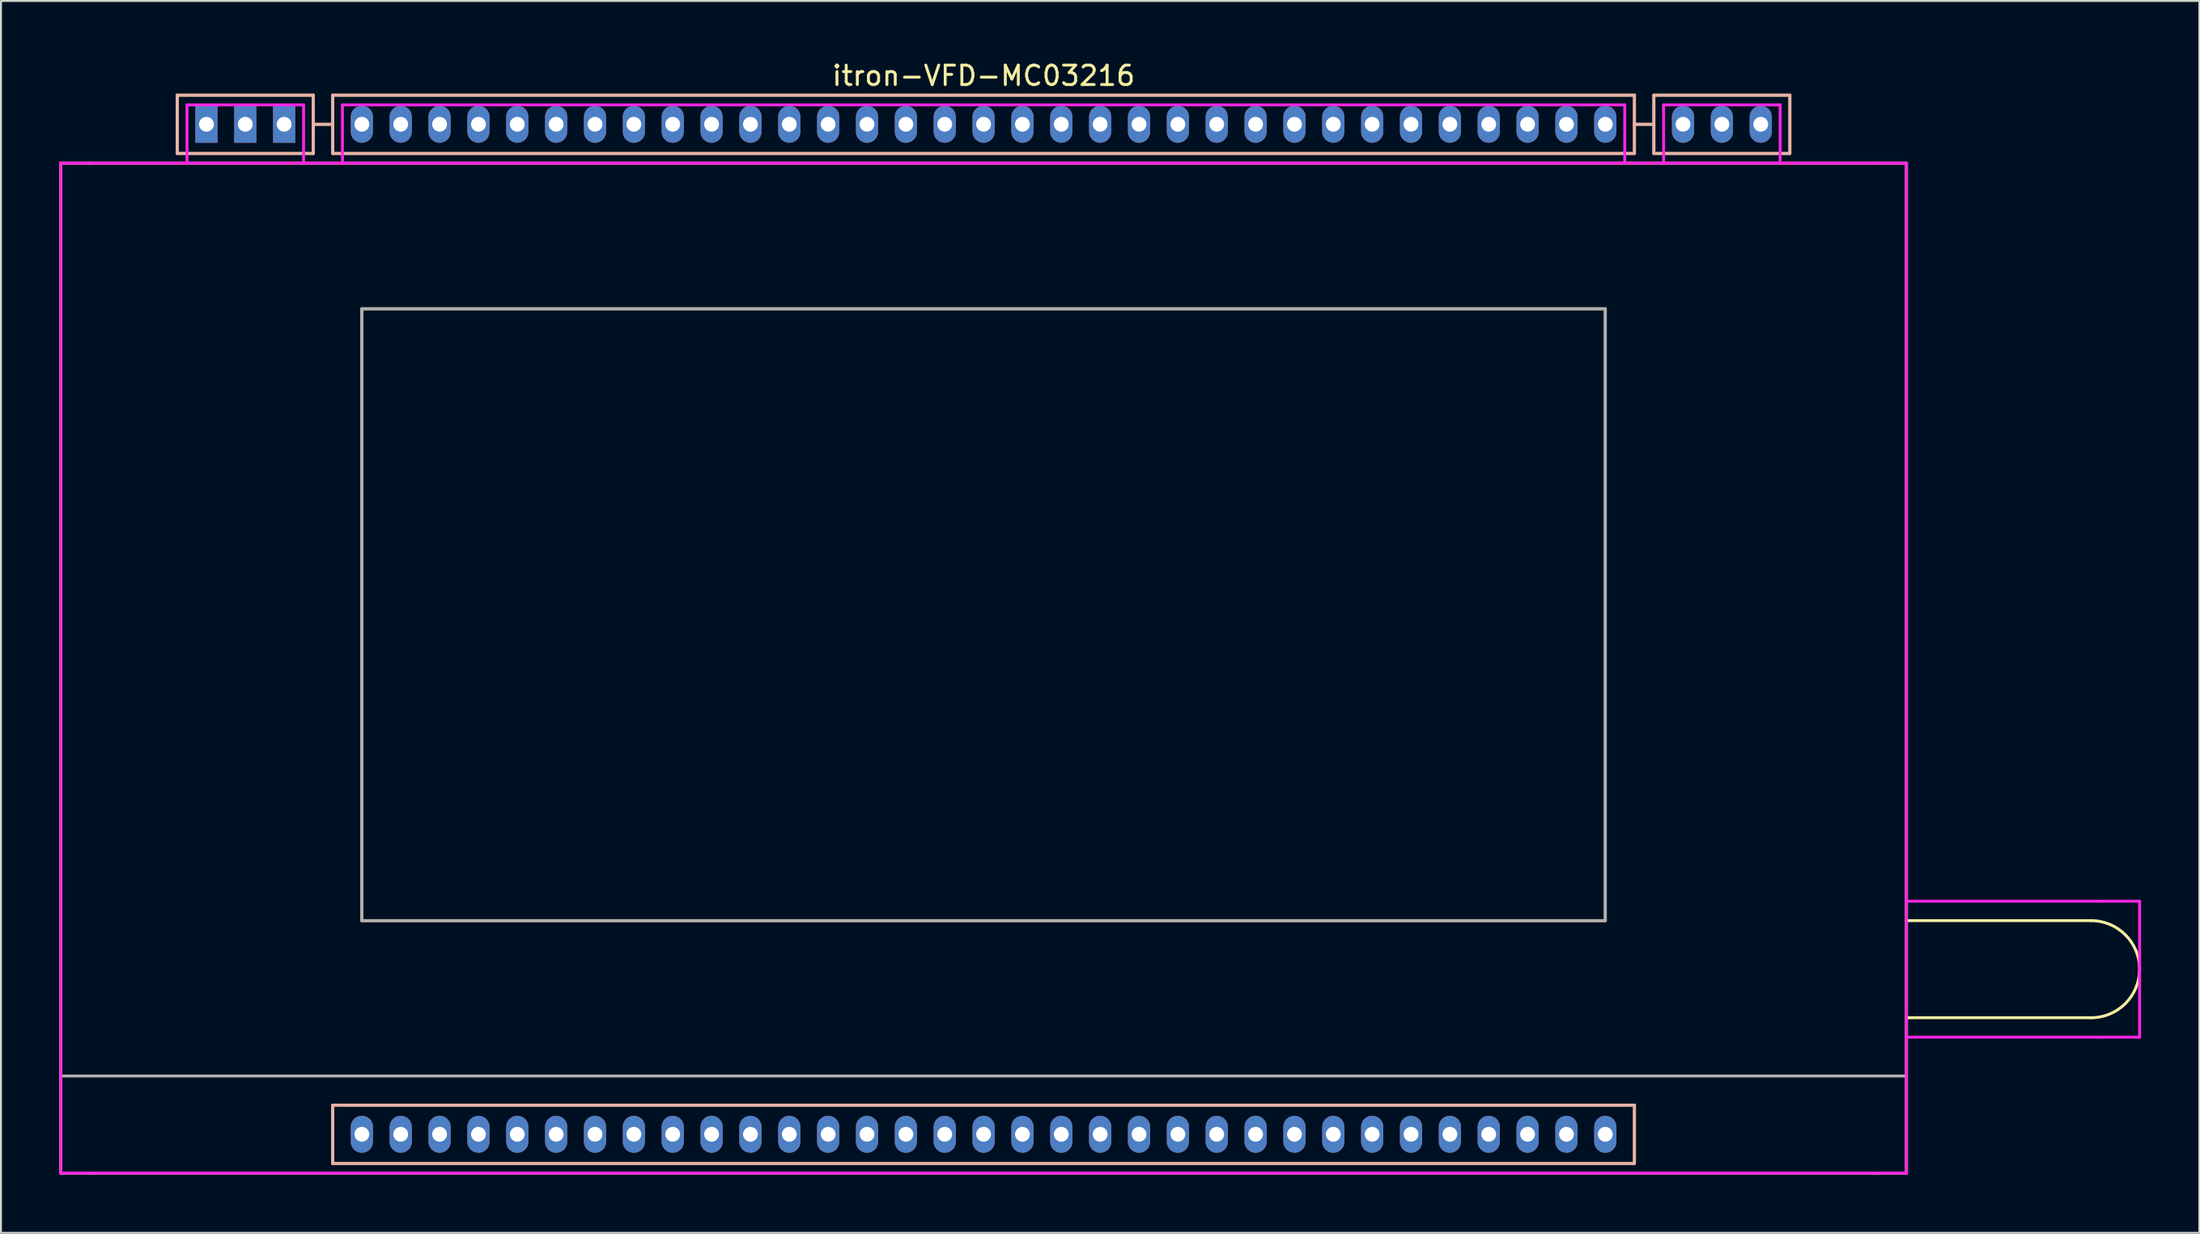
<source format=kicad_pcb>
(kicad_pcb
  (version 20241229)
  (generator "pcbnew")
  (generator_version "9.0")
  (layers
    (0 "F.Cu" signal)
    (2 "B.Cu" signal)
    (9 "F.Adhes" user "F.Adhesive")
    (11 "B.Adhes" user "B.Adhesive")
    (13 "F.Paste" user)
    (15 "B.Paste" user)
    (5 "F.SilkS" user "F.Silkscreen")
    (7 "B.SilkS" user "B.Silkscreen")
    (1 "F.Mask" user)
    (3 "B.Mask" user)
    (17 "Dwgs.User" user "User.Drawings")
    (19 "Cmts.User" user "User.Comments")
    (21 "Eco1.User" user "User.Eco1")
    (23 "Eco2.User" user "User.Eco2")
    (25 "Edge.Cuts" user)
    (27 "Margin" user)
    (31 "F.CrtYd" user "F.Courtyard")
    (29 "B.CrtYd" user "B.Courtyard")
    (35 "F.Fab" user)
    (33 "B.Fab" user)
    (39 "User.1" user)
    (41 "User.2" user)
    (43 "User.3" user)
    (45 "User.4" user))
  (footprint "itron-VFD-MC03216"
    (layer "F.Cu")
    (at 47.575 3.348)
    (property "Reference" "itron-VFD-MC03216" (at 0 -2.5 0) (layer "F.SilkS") (effects (font (size 1 1) (thickness 0.15))))
    (attr through_hole)
    (fp_line (start -47.5 2) (end -46 2) (stroke (width 0.15) (type solid)) (layer "F.SilkS"))
    (fp_line (start -47.5 3.5) (end -47.5 2) (stroke (width 0.15) (type solid)) (layer "F.SilkS"))
    (fp_line (start -47.5 3.5) (end -47.5 52.5) (stroke (width 0.15) (type solid)) (layer "F.SilkS"))
    (fp_line (start -47.5 52.5) (end -47.5 54) (stroke (width 0.15) (type solid)) (layer "F.SilkS"))
    (fp_line (start -47.5 54) (end -46 54) (stroke (width 0.15) (type solid)) (layer "F.SilkS"))
    (fp_line (start -46 54) (end 46 54) (stroke (width 0.15) (type solid)) (layer "F.SilkS"))
    (fp_line (start -41.5 -1.5) (end -41.5 1.5) (stroke (width 0.15) (type solid)) (layer "F.SilkS"))
    (fp_line (start -41.5 1.5) (end -34.5 1.5) (stroke (width 0.15) (type solid)) (layer "F.SilkS"))
    (fp_line (start -34.5 -1.5) (end -41.5 -1.5) (stroke (width 0.15) (type solid)) (layer "F.SilkS"))
    (fp_line (start -34.5 -1.5) (end -34.5 1.5) (stroke (width 0.15) (type solid)) (layer "F.SilkS"))
    (fp_line (start -33.5 -1.5) (end -33.5 1.5) (stroke (width 0.15) (type solid)) (layer "F.SilkS"))
    (fp_line (start -33.5 0) (end -34.5 0) (stroke (width 0.15) (type solid)) (layer "F.SilkS"))
    (fp_line (start -33.5 1.5) (end 33.5 1.5) (stroke (width 0.15) (type solid)) (layer "F.SilkS"))
    (fp_line (start -33.5 50.5) (end -33.5 53.5) (stroke (width 0.15) (type solid)) (layer "F.SilkS"))
    (fp_line (start -33.5 53.5) (end 33.5 53.5) (stroke (width 0.15) (type solid)) (layer "F.SilkS"))
    (fp_line (start -32 9.5) (end 32 9.5) (stroke (width 0.15) (type solid)) (layer "F.SilkS"))
    (fp_line (start -32 41) (end -32 9.5) (stroke (width 0.15) (type solid)) (layer "F.SilkS"))
    (fp_line (start 32 9.5) (end 32 41) (stroke (width 0.15) (type solid)) (layer "F.SilkS"))
    (fp_line (start 32 41) (end -32 41) (stroke (width 0.15) (type solid)) (layer "F.SilkS"))
    (fp_line (start 33.5 -1.5) (end -33.5 -1.5) (stroke (width 0.15) (type solid)) (layer "F.SilkS"))
    (fp_line (start 33.5 -1.5) (end 33.5 1.5) (stroke (width 0.15) (type solid)) (layer "F.SilkS"))
    (fp_line (start 33.5 50.5) (end -33.5 50.5) (stroke (width 0.15) (type solid)) (layer "F.SilkS"))
    (fp_line (start 33.5 53.5) (end 33.5 50.5) (stroke (width 0.15) (type solid)) (layer "F.SilkS"))
    (fp_line (start 34.5 0) (end 33.5 0) (stroke (width 0.15) (type solid)) (layer "F.SilkS"))
    (fp_line (start 34.5 1.5) (end 34.5 -1.5) (stroke (width 0.15) (type solid)) (layer "F.SilkS"))
    (fp_line (start 41.5 -1.5) (end 34.5 -1.5) (stroke (width 0.15) (type solid)) (layer "F.SilkS"))
    (fp_line (start 41.5 1.5) (end 34.5 1.5) (stroke (width 0.15) (type solid)) (layer "F.SilkS"))
    (fp_line (start 41.5 1.5) (end 41.5 -1.5) (stroke (width 0.15) (type solid)) (layer "F.SilkS"))
    (fp_line (start 46 2) (end -46 2) (stroke (width 0.15) (type solid)) (layer "F.SilkS"))
    (fp_line (start 46 54) (end 47.5 54) (stroke (width 0.15) (type solid)) (layer "F.SilkS"))
    (fp_line (start 47.5 2) (end 46 2) (stroke (width 0.15) (type solid)) (layer "F.SilkS"))
    (fp_line (start 47.5 3.5) (end 47.5 2) (stroke (width 0.15) (type solid)) (layer "F.SilkS"))
    (fp_line (start 47.5 38.5) (end 47.5 3.5) (stroke (width 0.15) (type solid)) (layer "F.SilkS"))
    (fp_line (start 47.5 39) (end 47.5 38.5) (stroke (width 0.15) (type solid)) (layer "F.SilkS"))
    (fp_line (start 47.5 48.5) (end 47.5 39) (stroke (width 0.15) (type solid)) (layer "F.SilkS"))
    (fp_line (start 47.5 52.5) (end 47.5 48.5) (stroke (width 0.15) (type solid)) (layer "F.SilkS"))
    (fp_line (start 47.5 54) (end 47.5 52.5) (stroke (width 0.15) (type solid)) (layer "F.SilkS"))
    (fp_line (start 57 41) (end 47.5 41) (stroke (width 0.15) (type solid)) (layer "F.SilkS"))
    (fp_line (start 57 46) (end 47.5 46) (stroke (width 0.15) (type solid)) (layer "F.SilkS"))
    (fp_arc (start 57 41) (mid 59.5 43.5) (end 57 46) (stroke (width 0.15) (type solid)) (layer "F.SilkS"))
    (fp_line (start -41.5 -1.5) (end -34.5 -1.5) (stroke (width 0.15) (type solid)) (layer "B.SilkS"))
    (fp_line (start -41.5 1.5) (end -41.5 -1.5) (stroke (width 0.15) (type solid)) (layer "B.SilkS"))
    (fp_line (start -34.5 -1.5) (end -34.5 1.5) (stroke (width 0.15) (type solid)) (layer "B.SilkS"))
    (fp_line (start -34.5 0) (end -33.5 0) (stroke (width 0.15) (type solid)) (layer "B.SilkS"))
    (fp_line (start -34.5 1.5) (end -41.5 1.5) (stroke (width 0.15) (type solid)) (layer "B.SilkS"))
    (fp_line (start -33.5 -1.5) (end 33.5 -1.5) (stroke (width 0.15) (type solid)) (layer "B.SilkS"))
    (fp_line (start -33.5 1.5) (end -33.5 -1.5) (stroke (width 0.15) (type solid)) (layer "B.SilkS"))
    (fp_line (start -33.5 50.5) (end 33.5 50.5) (stroke (width 0.15) (type solid)) (layer "B.SilkS"))
    (fp_line (start -33.5 53.5) (end -33.5 50.5) (stroke (width 0.15) (type solid)) (layer "B.SilkS"))
    (fp_line (start 33.5 -1.5) (end 33.5 1.5) (stroke (width 0.15) (type solid)) (layer "B.SilkS"))
    (fp_line (start 33.5 0) (end 34.5 0) (stroke (width 0.15) (type solid)) (layer "B.SilkS"))
    (fp_line (start 33.5 1.5) (end -33.5 1.5) (stroke (width 0.15) (type solid)) (layer "B.SilkS"))
    (fp_line (start 33.5 50.5) (end 33.5 53.5) (stroke (width 0.15) (type solid)) (layer "B.SilkS"))
    (fp_line (start 33.5 53.5) (end -33.5 53.5) (stroke (width 0.15) (type solid)) (layer "B.SilkS"))
    (fp_line (start 34.5 -1.5) (end 41.5 -1.5) (stroke (width 0.15) (type solid)) (layer "B.SilkS"))
    (fp_line (start 34.5 1.5) (end 34.5 -1.5) (stroke (width 0.15) (type solid)) (layer "B.SilkS"))
    (fp_line (start 41.5 -1.5) (end 41.5 1.5) (stroke (width 0.15) (type solid)) (layer "B.SilkS"))
    (fp_line (start 41.5 1.5) (end 34.5 1.5) (stroke (width 0.15) (type solid)) (layer "B.SilkS"))
    (fp_line (start -47.5 2) (end 47.5 2) (stroke (width 0.15) (type solid)) (layer "F.CrtYd"))
    (fp_line (start -47.5 54) (end -47.5 2) (stroke (width 0.15) (type solid)) (layer "F.CrtYd"))
    (fp_line (start -41 -1) (end -41 2) (stroke (width 0.15) (type solid)) (layer "F.CrtYd"))
    (fp_line (start -41 -1) (end -35 -1) (stroke (width 0.15) (type solid)) (layer "F.CrtYd"))
    (fp_line (start -35 -1) (end -35 2) (stroke (width 0.15) (type solid)) (layer "F.CrtYd"))
    (fp_line (start -33 -1) (end -33 2) (stroke (width 0.15) (type solid)) (layer "F.CrtYd"))
    (fp_line (start 33 -1) (end -33 -1) (stroke (width 0.15) (type solid)) (layer "F.CrtYd"))
    (fp_line (start 33 -1) (end 33 2) (stroke (width 0.15) (type solid)) (layer "F.CrtYd"))
    (fp_line (start 35 -1) (end 35 2) (stroke (width 0.15) (type solid)) (layer "F.CrtYd"))
    (fp_line (start 35 -1) (end 41 -1) (stroke (width 0.15) (type solid)) (layer "F.CrtYd"))
    (fp_line (start 41 2) (end 41 -1) (stroke (width 0.15) (type solid)) (layer "F.CrtYd"))
    (fp_line (start 47.5 2) (end 47.5 54) (stroke (width 0.15) (type solid)) (layer "F.CrtYd"))
    (fp_line (start 47.5 47) (end 57.5 47) (stroke (width 0.15) (type solid)) (layer "F.CrtYd"))
    (fp_line (start 47.5 54) (end -47.5 54) (stroke (width 0.15) (type solid)) (layer "F.CrtYd"))
    (fp_line (start 57.5 40) (end 47.5 40) (stroke (width 0.15) (type solid)) (layer "F.CrtYd"))
    (fp_line (start 57.5 47) (end 59.5 47) (stroke (width 0.15) (type solid)) (layer "F.CrtYd"))
    (fp_line (start 59.5 40) (end 57.5 40) (stroke (width 0.15) (type solid)) (layer "F.CrtYd"))
    (fp_line (start 59.5 40) (end 59.5 47) (stroke (width 0.15) (type solid)) (layer "F.CrtYd"))
    (fp_line (start -47.5 49) (end 47.5 49) (stroke (width 0.15) (type solid)) (layer "F.Fab"))
    (fp_line (start -32 9.5) (end 32 9.5) (stroke (width 0.15) (type solid)) (layer "F.Fab"))
    (fp_line (start -32 41) (end -32 9.5) (stroke (width 0.15) (type solid)) (layer "F.Fab"))
    (fp_line (start 32 9.5) (end 32 41) (stroke (width 0.15) (type solid)) (layer "F.Fab"))
    (fp_line (start 32 41) (end -32 41) (stroke (width 0.15) (type solid)) (layer "F.Fab"))
    (pad "1" thru_hole rect (at -40 0) (size 1.143 1.905) (drill 0.762) (layers "*.Cu" "*.Mask"))
    (pad "2" thru_hole rect (at -38 0) (size 1.143 1.905) (drill 0.762) (layers "*.Cu" "*.Mask"))
    (pad "3" thru_hole rect (at -36 0) (size 1.143 1.905) (drill 0.762) (layers "*.Cu" "*.Mask"))
    (pad "5" thru_hole oval (at -32 0) (size 1.143 1.905) (drill 0.762) (layers "*.Cu" "*.Mask"))
    (pad "6" thru_hole oval (at -30 0) (size 1.143 1.905) (drill 0.762) (layers "*.Cu" "*.Mask"))
    (pad "7" thru_hole oval (at -28 0) (size 1.143 1.905) (drill 0.762) (layers "*.Cu" "*.Mask"))
    (pad "8" thru_hole oval (at -26 0) (size 1.143 1.905) (drill 0.762) (layers "*.Cu" "*.Mask"))
    (pad "9" thru_hole oval (at -24 0) (size 1.143 1.905) (drill 0.762) (layers "*.Cu" "*.Mask"))
    (pad "10" thru_hole oval (at -22 0) (size 1.143 1.905) (drill 0.762) (layers "*.Cu" "*.Mask"))
    (pad "11" thru_hole oval (at -20 0) (size 1.143 1.905) (drill 0.762) (layers "*.Cu" "*.Mask"))
    (pad "12" thru_hole oval (at -18 0) (size 1.143 1.905) (drill 0.762) (layers "*.Cu" "*.Mask"))
    (pad "13" thru_hole oval (at -16 0) (size 1.143 1.905) (drill 0.762) (layers "*.Cu" "*.Mask"))
    (pad "14" thru_hole oval (at -14 0) (size 1.143 1.905) (drill 0.762) (layers "*.Cu" "*.Mask"))
    (pad "15" thru_hole oval (at -12 0) (size 1.143 1.905) (drill 0.762) (layers "*.Cu" "*.Mask"))
    (pad "16" thru_hole oval (at -10 0) (size 1.143 1.905) (drill 0.762) (layers "*.Cu" "*.Mask"))
    (pad "17" thru_hole oval (at -8 0) (size 1.143 1.905) (drill 0.762) (layers "*.Cu" "*.Mask"))
    (pad "18" thru_hole oval (at -6 0) (size 1.143 1.905) (drill 0.762) (layers "*.Cu" "*.Mask"))
    (pad "19" thru_hole oval (at -4 0) (size 1.143 1.905) (drill 0.762) (layers "*.Cu" "*.Mask"))
    (pad "20" thru_hole oval (at -2 0) (size 1.143 1.905) (drill 0.762) (layers "*.Cu" "*.Mask"))
    (pad "21" thru_hole oval (at 0 0) (size 1.143 1.905) (drill 0.762) (layers "*.Cu" "*.Mask"))
    (pad "22" thru_hole oval (at 2 0) (size 1.143 1.905) (drill 0.762) (layers "*.Cu" "*.Mask"))
    (pad "23" thru_hole oval (at 4 0) (size 1.143 1.905) (drill 0.762) (layers "*.Cu" "*.Mask"))
    (pad "24" thru_hole oval (at 6 0) (size 1.143 1.905) (drill 0.762) (layers "*.Cu" "*.Mask"))
    (pad "25" thru_hole oval (at 8 0) (size 1.143 1.905) (drill 0.762) (layers "*.Cu" "*.Mask"))
    (pad "26" thru_hole oval (at 10 0) (size 1.143 1.905) (drill 0.762) (layers "*.Cu" "*.Mask"))
    (pad "27" thru_hole oval (at 12 0) (size 1.143 1.905) (drill 0.762) (layers "*.Cu" "*.Mask"))
    (pad "28" thru_hole oval (at 14 0) (size 1.143 1.905) (drill 0.762) (layers "*.Cu" "*.Mask"))
    (pad "29" thru_hole oval (at 16 0) (size 1.143 1.905) (drill 0.762) (layers "*.Cu" "*.Mask"))
    (pad "30" thru_hole oval (at 18 0) (size 1.143 1.905) (drill 0.762) (layers "*.Cu" "*.Mask"))
    (pad "31" thru_hole oval (at 20 0) (size 1.143 1.905) (drill 0.762) (layers "*.Cu" "*.Mask"))
    (pad "32" thru_hole oval (at 22 0) (size 1.143 1.905) (drill 0.762) (layers "*.Cu" "*.Mask"))
    (pad "33" thru_hole oval (at 24 0) (size 1.143 1.905) (drill 0.762) (layers "*.Cu" "*.Mask"))
    (pad "34" thru_hole oval (at 26 0) (size 1.143 1.905) (drill 0.762) (layers "*.Cu" "*.Mask"))
    (pad "35" thru_hole oval (at 28 0) (size 1.143 1.905) (drill 0.762) (layers "*.Cu" "*.Mask"))
    (pad "36" thru_hole oval (at 30 0) (size 1.143 1.905) (drill 0.762) (layers "*.Cu" "*.Mask"))
    (pad "37" thru_hole oval (at 32 0) (size 1.143 1.905) (drill 0.762) (layers "*.Cu" "*.Mask"))
    (pad "39" thru_hole oval (at 36 0) (size 1.143 1.905) (drill 0.762) (layers "*.Cu" "*.Mask"))
    (pad "40" thru_hole oval (at 38 0) (size 1.143 1.905) (drill 0.762) (layers "*.Cu" "*.Mask"))
    (pad "41" thru_hole oval (at 40 0) (size 1.143 1.905) (drill 0.762) (layers "*.Cu" "*.Mask"))
    (pad "46" thru_hole oval (at -32 52) (size 1.143 1.905) (drill 0.762) (layers "*.Cu" "*.Mask"))
    (pad "47" thru_hole oval (at -30 52) (size 1.143 1.905) (drill 0.762) (layers "*.Cu" "*.Mask"))
    (pad "48" thru_hole oval (at -28 52) (size 1.143 1.905) (drill 0.762) (layers "*.Cu" "*.Mask"))
    (pad "49" thru_hole oval (at -26 52) (size 1.143 1.905) (drill 0.762) (layers "*.Cu" "*.Mask"))
    (pad "50" thru_hole oval (at -24 52) (size 1.143 1.905) (drill 0.762) (layers "*.Cu" "*.Mask"))
    (pad "51" thru_hole oval (at -22 52) (size 1.143 1.905) (drill 0.762) (layers "*.Cu" "*.Mask"))
    (pad "52" thru_hole oval (at -20 52) (size 1.143 1.905) (drill 0.762) (layers "*.Cu" "*.Mask"))
    (pad "53" thru_hole oval (at -18 52) (size 1.143 1.905) (drill 0.762) (layers "*.Cu" "*.Mask"))
    (pad "54" thru_hole oval (at -16 52) (size 1.143 1.905) (drill 0.762) (layers "*.Cu" "*.Mask"))
    (pad "55" thru_hole oval (at -14 52) (size 1.143 1.905) (drill 0.762) (layers "*.Cu" "*.Mask"))
    (pad "56" thru_hole oval (at -12 52) (size 1.143 1.905) (drill 0.762) (layers "*.Cu" "*.Mask"))
    (pad "57" thru_hole oval (at -10 52) (size 1.143 1.905) (drill 0.762) (layers "*.Cu" "*.Mask"))
    (pad "58" thru_hole oval (at -8 52) (size 1.143 1.905) (drill 0.762) (layers "*.Cu" "*.Mask"))
    (pad "59" thru_hole oval (at -6 52) (size 1.143 1.905) (drill 0.762) (layers "*.Cu" "*.Mask"))
    (pad "60" thru_hole oval (at -4 52) (size 1.143 1.905) (drill 0.762) (layers "*.Cu" "*.Mask"))
    (pad "61" thru_hole oval (at -2 52) (size 1.143 1.905) (drill 0.762) (layers "*.Cu" "*.Mask"))
    (pad "62" thru_hole oval (at 0 52) (size 1.143 1.905) (drill 0.762) (layers "*.Cu" "*.Mask"))
    (pad "63" thru_hole oval (at 2 52) (size 1.143 1.905) (drill 0.762) (layers "*.Cu" "*.Mask"))
    (pad "64" thru_hole oval (at 4 52) (size 1.143 1.905) (drill 0.762) (layers "*.Cu" "*.Mask"))
    (pad "65" thru_hole oval (at 6 52) (size 1.143 1.905) (drill 0.762) (layers "*.Cu" "*.Mask"))
    (pad "66" thru_hole oval (at 8 52) (size 1.143 1.905) (drill 0.762) (layers "*.Cu" "*.Mask"))
    (pad "67" thru_hole oval (at 10 52) (size 1.143 1.905) (drill 0.762) (layers "*.Cu" "*.Mask"))
    (pad "68" thru_hole oval (at 12 52) (size 1.143 1.905) (drill 0.762) (layers "*.Cu" "*.Mask"))
    (pad "69" thru_hole oval (at 14 52) (size 1.143 1.905) (drill 0.762) (layers "*.Cu" "*.Mask"))
    (pad "70" thru_hole oval (at 16 52) (size 1.143 1.905) (drill 0.762) (layers "*.Cu" "*.Mask"))
    (pad "71" thru_hole oval (at 18 52) (size 1.143 1.905) (drill 0.762) (layers "*.Cu" "*.Mask"))
    (pad "72" thru_hole oval (at 20 52) (size 1.143 1.905) (drill 0.762) (layers "*.Cu" "*.Mask"))
    (pad "73" thru_hole oval (at 22 52) (size 1.143 1.905) (drill 0.762) (layers "*.Cu" "*.Mask"))
    (pad "74" thru_hole oval (at 24 52) (size 1.143 1.905) (drill 0.762) (layers "*.Cu" "*.Mask"))
    (pad "75" thru_hole oval (at 26 52) (size 1.143 1.905) (drill 0.762) (layers "*.Cu" "*.Mask"))
    (pad "76" thru_hole oval (at 28 52) (size 1.143 1.905) (drill 0.762) (layers "*.Cu" "*.Mask"))
    (pad "77" thru_hole oval (at 30 52) (size 1.143 1.905) (drill 0.762) (layers "*.Cu" "*.Mask"))
    (pad "78" thru_hole oval (at 32 52) (size 1.143 1.905) (drill 0.762) (layers "*.Cu" "*.Mask")))
  (gr_rect
    (start -3 -3)
    (end 110.15 60.423)
    (stroke (width 0.1) (type default))
    (fill no)
    (layer "Edge.Cuts")))
</source>
